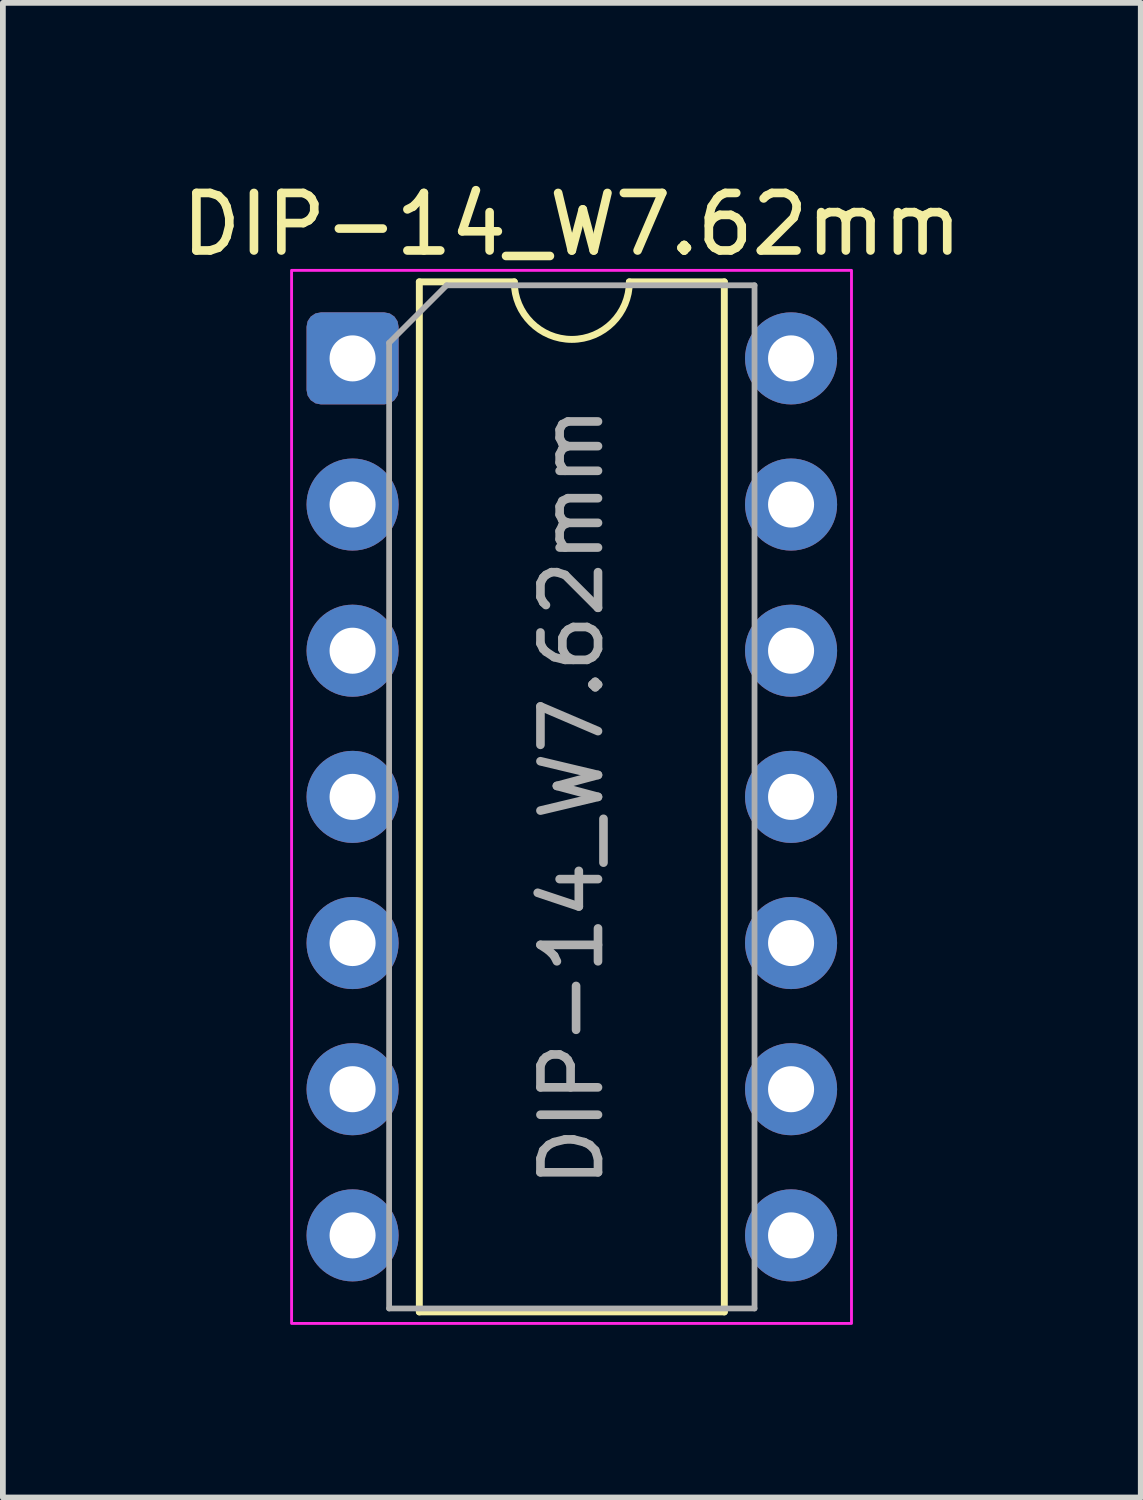
<source format=kicad_pcb>
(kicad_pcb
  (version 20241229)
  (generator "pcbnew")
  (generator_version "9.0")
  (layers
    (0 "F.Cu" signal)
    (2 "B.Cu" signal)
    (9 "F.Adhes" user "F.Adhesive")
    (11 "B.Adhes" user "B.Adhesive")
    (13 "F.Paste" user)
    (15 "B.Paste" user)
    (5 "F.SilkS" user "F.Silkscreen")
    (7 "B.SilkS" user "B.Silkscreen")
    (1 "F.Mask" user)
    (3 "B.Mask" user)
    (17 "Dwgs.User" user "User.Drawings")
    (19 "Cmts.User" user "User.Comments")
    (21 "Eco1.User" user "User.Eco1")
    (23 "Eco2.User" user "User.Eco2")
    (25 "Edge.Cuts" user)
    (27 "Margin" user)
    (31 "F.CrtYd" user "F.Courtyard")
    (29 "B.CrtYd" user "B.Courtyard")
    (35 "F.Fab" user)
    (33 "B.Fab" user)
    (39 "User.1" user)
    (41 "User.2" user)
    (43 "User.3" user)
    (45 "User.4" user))
  (footprint "DIP-14_W7.62mm"
    (layer "F.Cu")
    (at 3.077 3.178)
    (property "Reference" "DIP-14_W7.62mm" (at 3.81 -2.33 0) (layer "F.SilkS") (effects (font (size 1 1) (thickness 0.15))))
    (attr through_hole)
    (fp_line (start 1.16 -1.33) (end 1.16 16.57) (stroke (width 0.12) (type solid)) (layer "F.SilkS"))
    (fp_line (start 1.16 16.57) (end 6.46 16.57) (stroke (width 0.12) (type solid)) (layer "F.SilkS"))
    (fp_line (start 2.81 -1.33) (end 1.16 -1.33) (stroke (width 0.12) (type solid)) (layer "F.SilkS"))
    (fp_line (start 6.46 -1.33) (end 4.81 -1.33) (stroke (width 0.12) (type solid)) (layer "F.SilkS"))
    (fp_line (start 6.46 16.57) (end 6.46 -1.33) (stroke (width 0.12) (type solid)) (layer "F.SilkS"))
    (fp_arc (start 4.81 -1.33) (mid 3.81 -0.33) (end 2.81 -1.33) (stroke (width 0.12) (type solid)) (layer "F.SilkS"))
    (fp_rect (start -1.06 -1.53) (end 8.67 16.77) (stroke (width 0.05) (type solid)) (fill no) (layer "F.CrtYd"))
    (fp_line (start 0.635 -0.27) (end 1.635 -1.27) (stroke (width 0.1) (type solid)) (layer "F.Fab"))
    (fp_line (start 0.635 16.51) (end 0.635 -0.27) (stroke (width 0.1) (type solid)) (layer "F.Fab"))
    (fp_line (start 1.635 -1.27) (end 6.985 -1.27) (stroke (width 0.1) (type solid)) (layer "F.Fab"))
    (fp_line (start 6.985 -1.27) (end 6.985 16.51) (stroke (width 0.1) (type solid)) (layer "F.Fab"))
    (fp_line (start 6.985 16.51) (end 0.635 16.51) (stroke (width 0.1) (type solid)) (layer "F.Fab"))
    (fp_text user "${REFERENCE}" (at 3.81 7.62 90) (layer "F.Fab") (effects (font (size 1 1) (thickness 0.15))))
    (pad "1" thru_hole roundrect (at 0 0) (size 1.6 1.6) (drill 0.8) (layers "*.Cu" "*.Mask") (roundrect_rratio 0.156))
    (pad "2" thru_hole circle (at 0 2.54) (size 1.6 1.6) (drill 0.8) (layers "*.Cu" "*.Mask"))
    (pad "3" thru_hole circle (at 0 5.08) (size 1.6 1.6) (drill 0.8) (layers "*.Cu" "*.Mask"))
    (pad "4" thru_hole circle (at 0 7.62) (size 1.6 1.6) (drill 0.8) (layers "*.Cu" "*.Mask"))
    (pad "5" thru_hole circle (at 0 10.16) (size 1.6 1.6) (drill 0.8) (layers "*.Cu" "*.Mask"))
    (pad "6" thru_hole circle (at 0 12.7) (size 1.6 1.6) (drill 0.8) (layers "*.Cu" "*.Mask"))
    (pad "7" thru_hole circle (at 0 15.24) (size 1.6 1.6) (drill 0.8) (layers "*.Cu" "*.Mask"))
    (pad "8" thru_hole circle (at 7.62 15.24) (size 1.6 1.6) (drill 0.8) (layers "*.Cu" "*.Mask"))
    (pad "9" thru_hole circle (at 7.62 12.7) (size 1.6 1.6) (drill 0.8) (layers "*.Cu" "*.Mask"))
    (pad "10" thru_hole circle (at 7.62 10.16) (size 1.6 1.6) (drill 0.8) (layers "*.Cu" "*.Mask"))
    (pad "11" thru_hole circle (at 7.62 7.62) (size 1.6 1.6) (drill 0.8) (layers "*.Cu" "*.Mask"))
    (pad "12" thru_hole circle (at 7.62 5.08) (size 1.6 1.6) (drill 0.8) (layers "*.Cu" "*.Mask"))
    (pad "13" thru_hole circle (at 7.62 2.54) (size 1.6 1.6) (drill 0.8) (layers "*.Cu" "*.Mask"))
    (pad "14" thru_hole circle (at 7.62 0) (size 1.6 1.6) (drill 0.8) (layers "*.Cu" "*.Mask")))
  (gr_rect
    (start -3 -3)
    (end 16.774 22.973)
    (stroke (width 0.1) (type default))
    (fill no)
    (layer "Edge.Cuts")))
</source>
